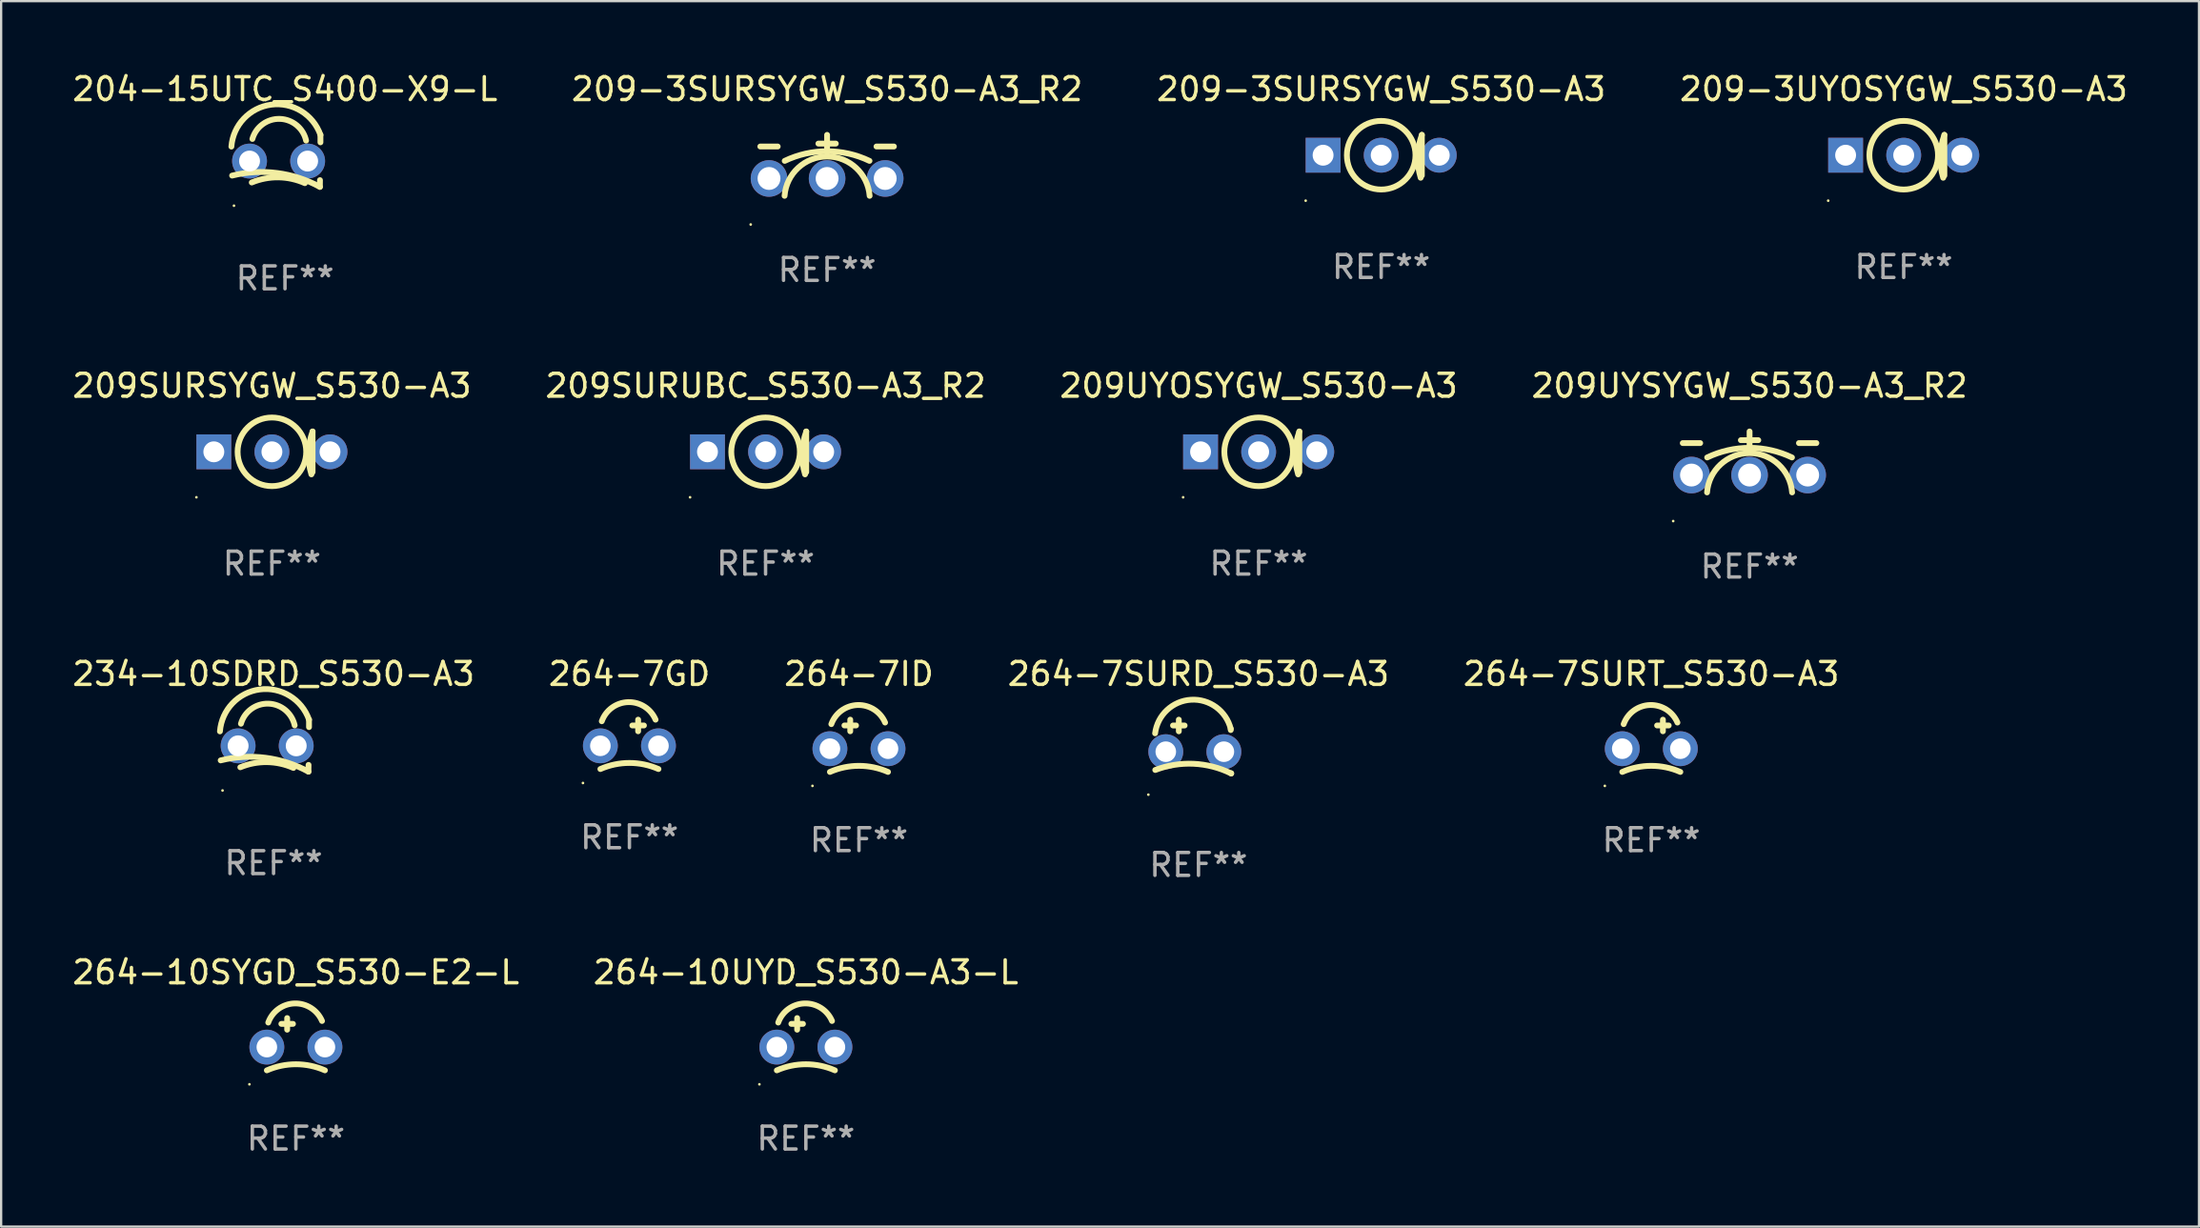
<source format=kicad_pcb>
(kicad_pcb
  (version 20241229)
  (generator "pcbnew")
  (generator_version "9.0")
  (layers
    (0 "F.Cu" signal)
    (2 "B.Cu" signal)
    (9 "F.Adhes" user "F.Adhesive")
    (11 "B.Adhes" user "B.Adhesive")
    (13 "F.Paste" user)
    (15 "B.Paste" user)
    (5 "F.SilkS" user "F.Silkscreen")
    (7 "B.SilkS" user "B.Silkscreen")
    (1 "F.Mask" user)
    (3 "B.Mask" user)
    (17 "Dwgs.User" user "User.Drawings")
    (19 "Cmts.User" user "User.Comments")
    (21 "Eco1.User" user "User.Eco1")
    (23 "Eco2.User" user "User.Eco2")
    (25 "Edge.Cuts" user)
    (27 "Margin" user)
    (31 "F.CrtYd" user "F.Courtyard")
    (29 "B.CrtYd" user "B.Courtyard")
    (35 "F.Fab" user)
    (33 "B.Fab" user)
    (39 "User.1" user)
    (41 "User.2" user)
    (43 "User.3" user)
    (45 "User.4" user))
  (footprint "264-7GD"
    (layer "F.Cu")
    (at 24.47 28.991)
    (property "Reference" "264-7GD" (at 0 -2.572 0) (layer "F.SilkS") (effects (font (size 1 1) (thickness 0.15))))
    (attr through_hole)
    (fp_line (start 0.127 -0.318) (end 0.635 -0.318) (stroke (width 0.254) (type solid)) (layer "F.SilkS"))
    (fp_line (start 0.381 -0.572) (end 0.381 -0.064) (stroke (width 0.254) (type solid)) (layer "F.SilkS"))
    (fp_arc (start -1.270003 1.587503) (mid 0 1.321302) (end 1.270002 1.587503) (stroke (width 0.254001) (type solid)) (layer "F.SilkS"))
    (fp_arc (start -1.208153 -0.502413) (mid -0.056118 -1.338152) (end 1.143002 -0.571501) (stroke (width 0.254001) (type solid)) (layer "F.SilkS"))
    (fp_circle (center -2.032 2.198) (end -2.002 2.198) (stroke (width 0.06) (type solid)) (fill no) (layer "F.SilkS"))
    (fp_text user "REF**" (at 0 4.572 0) (layer "F.Fab") (effects (font (size 1 1) (thickness 0.15))))
    (pad "1" thru_hole circle (at -1.27 0.572) (size 1.524 1.524) (drill 0.9) (layers "*.Cu" "*.Mask"))
    (pad "2" thru_hole circle (at 1.27 0.572) (size 1.524 1.524) (drill 0.9) (layers "*.Cu" "*.Mask")))
  (footprint "209UYSYGW_S530-A3_R2"
    (layer "F.Cu")
    (at 73.446 16.77)
    (property "Reference" "209UYSYGW_S530-A3_R2" (at 0 -2.953 0) (layer "F.SilkS") (effects (font (size 1 1) (thickness 0.15))))
    (attr through_hole)
    (fp_line (start -2.921 -0.445) (end -2.159 -0.445) (stroke (width 0.254) (type solid)) (layer "F.SilkS"))
    (fp_line (start -0.381 -0.572) (end 0.381 -0.572) (stroke (width 0.254) (type solid)) (layer "F.SilkS"))
    (fp_line (start 0 -0.191) (end 0 -0.953) (stroke (width 0.254) (type solid)) (layer "F.SilkS"))
    (fp_line (start 2.159 -0.445) (end 2.921 -0.445) (stroke (width 0.254) (type solid)) (layer "F.SilkS"))
    (fp_arc (start -1.85936 1.712217) (mid 0 -0.006843) (end 1.85936 1.712217) (stroke (width 0.254001) (type solid)) (layer "F.SilkS"))
    (fp_arc (start -1.853747 0.183719) (mid -0.000001 -0.237587) (end 1.853746 0.183718) (stroke (width 0.254001) (type solid)) (layer "F.SilkS"))
    (fp_circle (center -3.34 2.966) (end -3.31 2.966) (stroke (width 0.06) (type solid)) (fill no) (layer "F.SilkS"))
    (fp_text user "REF**" (at 0 4.953 0) (layer "F.Fab") (effects (font (size 1 1) (thickness 0.15))))
    (pad "1" thru_hole circle (at -2.54 0.953) (size 1.6 1.6) (drill 1) (layers "*.Cu" "*.Mask"))
    (pad "2" thru_hole circle (at 0 0.953) (size 1.6 1.6) (drill 1) (layers "*.Cu" "*.Mask"))
    (pad "3" thru_hole circle (at 2.54 0.953) (size 1.6 1.6) (drill 1) (layers "*.Cu" "*.Mask")))
  (footprint "264-7ID"
    (layer "F.Cu")
    (at 34.506 29.054)
    (property "Reference" "264-7ID" (at 0 -2.635 0) (layer "F.SilkS") (effects (font (size 1 1) (thickness 0.15))))
    (attr through_hole)
    (fp_line (start -0.635 -0.381) (end -0.127 -0.381) (stroke (width 0.254) (type solid)) (layer "F.SilkS"))
    (fp_line (start -0.381 -0.635) (end -0.381 -0.127) (stroke (width 0.254) (type solid)) (layer "F.SilkS"))
    (fp_arc (start -1.270003 1.651003) (mid 0 1.384802) (end 1.270002 1.651003) (stroke (width 0.254001) (type solid)) (layer "F.SilkS"))
    (fp_arc (start -1.208153 -0.438913) (mid -0.056118 -1.274652) (end 1.143002 -0.508001) (stroke (width 0.254001) (type solid)) (layer "F.SilkS"))
    (fp_circle (center -2.032 2.261) (end -2.002 2.261) (stroke (width 0.06) (type solid)) (fill no) (layer "F.SilkS"))
    (fp_text user "REF**" (at 0 4.635 0) (layer "F.Fab") (effects (font (size 1 1) (thickness 0.15))))
    (pad "1" thru_hole circle (at -1.27 0.635) (size 1.524 1.524) (drill 0.9) (layers "*.Cu" "*.Mask"))
    (pad "2" thru_hole circle (at 1.27 0.635) (size 1.524 1.524) (drill 0.9) (layers "*.Cu" "*.Mask")))
  (footprint "209-3UYOSYGW_S530-A3"
    (layer "F.Cu")
    (at 80.185 3.737)
    (property "Reference" "209-3UYOSYGW_S530-A3" (at 0 -2.889 0) (layer "F.SilkS") (effects (font (size 1 1) (thickness 0.15))))
    (attr through_hole)
    (fp_line (start 1.778 -0.889) (end 1.778 0.889) (stroke (width 0.254) (type solid)) (layer "F.SilkS"))
    (fp_arc (start 1.725959 0.986258) (mid 1.600249 0.044417) (end 1.778004 -0.889002) (stroke (width 0.254001) (type solid)) (layer "F.SilkS"))
    (fp_circle (center -3.302 1.988) (end -3.272 1.988) (stroke (width 0.06) (type solid)) (fill no) (layer "F.SilkS"))
    (fp_circle (center 0 0) (end 1.5 0) (stroke (width 0.254) (type solid)) (fill no) (layer "F.SilkS"))
    (fp_text user "REF**" (at 0 4.889 0) (layer "F.Fab") (effects (font (size 1 1) (thickness 0.15))))
    (pad "1" thru_hole rect (at -2.54 0) (size 1.524 1.524) (drill 0.914) (layers "*.Cu" "*.Mask"))
    (pad "2" thru_hole circle (at 0 0) (size 1.524 1.524) (drill 0.914) (layers "*.Cu" "*.Mask"))
    (pad "3" thru_hole circle (at 2.54 0) (size 1.524 1.524) (drill 0.914) (layers "*.Cu" "*.Mask")))
  (footprint "209-3SURSYGW_S530-A3_R2"
    (layer "F.Cu")
    (at 33.113 3.801)
    (property "Reference" "209-3SURSYGW_S530-A3_R2" (at 0 -2.953 0) (layer "F.SilkS") (effects (font (size 1 1) (thickness 0.15))))
    (attr through_hole)
    (fp_line (start -2.921 -0.445) (end -2.159 -0.445) (stroke (width 0.254) (type solid)) (layer "F.SilkS"))
    (fp_line (start -0.381 -0.572) (end 0.381 -0.572) (stroke (width 0.254) (type solid)) (layer "F.SilkS"))
    (fp_line (start 0 -0.191) (end 0 -0.953) (stroke (width 0.254) (type solid)) (layer "F.SilkS"))
    (fp_line (start 2.159 -0.445) (end 2.921 -0.445) (stroke (width 0.254) (type solid)) (layer "F.SilkS"))
    (fp_arc (start -1.85936 1.712217) (mid 0 -0.006843) (end 1.85936 1.712217) (stroke (width 0.254001) (type solid)) (layer "F.SilkS"))
    (fp_arc (start -1.853747 0.183719) (mid -0.000001 -0.237587) (end 1.853746 0.183718) (stroke (width 0.254001) (type solid)) (layer "F.SilkS"))
    (fp_circle (center -3.34 2.966) (end -3.31 2.966) (stroke (width 0.06) (type solid)) (fill no) (layer "F.SilkS"))
    (fp_text user "REF**" (at 0 4.953 0) (layer "F.Fab") (effects (font (size 1 1) (thickness 0.15))))
    (pad "1" thru_hole circle (at -2.54 0.953) (size 1.6 1.6) (drill 1) (layers "*.Cu" "*.Mask"))
    (pad "2" thru_hole circle (at 0 0.953) (size 1.6 1.6) (drill 1) (layers "*.Cu" "*.Mask"))
    (pad "3" thru_hole circle (at 2.54 0.953) (size 1.6 1.6) (drill 1) (layers "*.Cu" "*.Mask")))
  (footprint "209-3SURSYGW_S530-A3"
    (layer "F.Cu")
    (at 57.339 3.737)
    (property "Reference" "209-3SURSYGW_S530-A3" (at 0 -2.889 0) (layer "F.SilkS") (effects (font (size 1 1) (thickness 0.15))))
    (attr through_hole)
    (fp_line (start 1.778 -0.889) (end 1.778 0.889) (stroke (width 0.254) (type solid)) (layer "F.SilkS"))
    (fp_arc (start 1.725959 0.986258) (mid 1.600249 0.044417) (end 1.778004 -0.889002) (stroke (width 0.254001) (type solid)) (layer "F.SilkS"))
    (fp_circle (center -3.302 1.988) (end -3.272 1.988) (stroke (width 0.06) (type solid)) (fill no) (layer "F.SilkS"))
    (fp_circle (center 0 0) (end 1.5 0) (stroke (width 0.254) (type solid)) (fill no) (layer "F.SilkS"))
    (fp_text user "REF**" (at 0 4.889 0) (layer "F.Fab") (effects (font (size 1 1) (thickness 0.15))))
    (pad "1" thru_hole rect (at -2.54 0) (size 1.524 1.524) (drill 0.914) (layers "*.Cu" "*.Mask"))
    (pad "2" thru_hole circle (at 0 0) (size 1.524 1.524) (drill 0.914) (layers "*.Cu" "*.Mask"))
    (pad "3" thru_hole circle (at 2.54 0) (size 1.524 1.524) (drill 0.914) (layers "*.Cu" "*.Mask")))
  (footprint "204-15UTC_S400-X9-L"
    (layer "F.Cu")
    (at 9.411 3.985)
    (property "Reference" "204-15UTC_S400-X9-L" (at 0 -3.137 0) (layer "F.SilkS") (effects (font (size 1 1) (thickness 0.15))))
    (attr through_hole)
    (fp_line (start 1.529 0.842) (end 1.525 1.137) (stroke (width 0.254) (type solid)) (layer "F.SilkS"))
    (fp_line (start 1.55 -1.137) (end 1.55 -0.811) (stroke (width 0.254) (type solid)) (layer "F.SilkS"))
    (fp_arc (start -2.344336 -0.624664) (mid -0.604362 -2.457931) (end 1.550229 -1.136525) (stroke (width 0.254001) (type solid)) (layer "F.SilkS"))
    (fp_arc (start -2.31223 0.643358) (mid -0.347208 0.529557) (end 1.525184 1.136526) (stroke (width 0.254001) (type solid)) (layer "F.SilkS"))
    (fp_arc (start -1.45348 0.944425) (mid -0.289454 0.72139) (end 0.868415 0.974448) (stroke (width 0.254001) (type solid)) (layer "F.SilkS"))
    (fp_arc (start -1.426174 -0.958548) (mid -0.223791 -1.836179) (end 0.922695 -0.88669) (stroke (width 0.254001) (type solid)) (layer "F.SilkS"))
    (fp_circle (center -2.231 1.96) (end -2.201 1.96) (stroke (width 0.06) (type solid)) (fill no) (layer "F.SilkS"))
    (fp_text user "REF**" (at 0 5.137 0) (layer "F.Fab") (effects (font (size 1 1) (thickness 0.15))))
    (pad "1" thru_hole circle (at -1.55 0.008) (size 1.524 1.524) (drill 0.914) (layers "*.Cu" "*.Mask"))
    (pad "2" thru_hole circle (at 0.99 0.008) (size 1.524 1.524) (drill 0.914) (layers "*.Cu" "*.Mask")))
  (footprint "264-10UYD_S530-A3-L"
    (layer "F.Cu")
    (at 32.185 42.103)
    (property "Reference" "264-10UYD_S530-A3-L" (at 0 -2.635 0) (layer "F.SilkS") (effects (font (size 1 1) (thickness 0.15))))
    (attr through_hole)
    (fp_line (start -0.635 -0.381) (end -0.127 -0.381) (stroke (width 0.254) (type solid)) (layer "F.SilkS"))
    (fp_line (start -0.381 -0.635) (end -0.381 -0.127) (stroke (width 0.254) (type solid)) (layer "F.SilkS"))
    (fp_arc (start -1.270003 1.651003) (mid 0 1.384802) (end 1.270002 1.651003) (stroke (width 0.254001) (type solid)) (layer "F.SilkS"))
    (fp_arc (start -1.208153 -0.438913) (mid -0.056118 -1.274652) (end 1.143002 -0.508001) (stroke (width 0.254001) (type solid)) (layer "F.SilkS"))
    (fp_circle (center -2.032 2.261) (end -2.002 2.261) (stroke (width 0.06) (type solid)) (fill no) (layer "F.SilkS"))
    (fp_text user "REF**" (at 0 4.635 0) (layer "F.Fab") (effects (font (size 1 1) (thickness 0.15))))
    (pad "1" thru_hole circle (at -1.27 0.635) (size 1.524 1.524) (drill 0.9) (layers "*.Cu" "*.Mask"))
    (pad "2" thru_hole circle (at 1.27 0.635) (size 1.524 1.524) (drill 0.9) (layers "*.Cu" "*.Mask")))
  (footprint "264-10SYGD_S530-E2-L"
    (layer "F.Cu")
    (at 9.887 42.103)
    (property "Reference" "264-10SYGD_S530-E2-L" (at 0 -2.635 0) (layer "F.SilkS") (effects (font (size 1 1) (thickness 0.15))))
    (attr through_hole)
    (fp_line (start -0.635 -0.381) (end -0.127 -0.381) (stroke (width 0.254) (type solid)) (layer "F.SilkS"))
    (fp_line (start -0.381 -0.635) (end -0.381 -0.127) (stroke (width 0.254) (type solid)) (layer "F.SilkS"))
    (fp_arc (start -1.270003 1.651003) (mid 0 1.384802) (end 1.270002 1.651003) (stroke (width 0.254001) (type solid)) (layer "F.SilkS"))
    (fp_arc (start -1.208153 -0.438913) (mid -0.056118 -1.274652) (end 1.143002 -0.508001) (stroke (width 0.254001) (type solid)) (layer "F.SilkS"))
    (fp_circle (center -2.032 2.261) (end -2.002 2.261) (stroke (width 0.06) (type solid)) (fill no) (layer "F.SilkS"))
    (fp_text user "REF**" (at 0 4.635 0) (layer "F.Fab") (effects (font (size 1 1) (thickness 0.15))))
    (pad "1" thru_hole circle (at -1.27 0.635) (size 1.524 1.524) (drill 0.9) (layers "*.Cu" "*.Mask"))
    (pad "2" thru_hole circle (at 1.27 0.635) (size 1.524 1.524) (drill 0.9) (layers "*.Cu" "*.Mask")))
  (footprint "234-10SDRD_S530-A3"
    (layer "F.Cu")
    (at 8.911 29.556)
    (property "Reference" "234-10SDRD_S530-A3" (at 0 -3.137 0) (layer "F.SilkS") (effects (font (size 1 1) (thickness 0.15))))
    (attr through_hole)
    (fp_line (start 1.529 0.842) (end 1.525 1.137) (stroke (width 0.254) (type solid)) (layer "F.SilkS"))
    (fp_line (start 1.55 -1.137) (end 1.55 -0.811) (stroke (width 0.254) (type solid)) (layer "F.SilkS"))
    (fp_arc (start -2.344336 -0.624664) (mid -0.604362 -2.457931) (end 1.550229 -1.136525) (stroke (width 0.254001) (type solid)) (layer "F.SilkS"))
    (fp_arc (start -2.31223 0.643358) (mid -0.347208 0.529557) (end 1.525184 1.136526) (stroke (width 0.254001) (type solid)) (layer "F.SilkS"))
    (fp_arc (start -1.45348 0.944425) (mid -0.289454 0.72139) (end 0.868415 0.974448) (stroke (width 0.254001) (type solid)) (layer "F.SilkS"))
    (fp_arc (start -1.426174 -0.958548) (mid -0.223791 -1.836179) (end 0.922695 -0.88669) (stroke (width 0.254001) (type solid)) (layer "F.SilkS"))
    (fp_circle (center -2.231 1.96) (end -2.201 1.96) (stroke (width 0.06) (type solid)) (fill no) (layer "F.SilkS"))
    (fp_text user "REF**" (at 0 5.137 0) (layer "F.Fab") (effects (font (size 1 1) (thickness 0.15))))
    (pad "1" thru_hole circle (at -1.55 0.008) (size 1.524 1.524) (drill 0.914) (layers "*.Cu" "*.Mask"))
    (pad "2" thru_hole circle (at 0.99 0.008) (size 1.524 1.524) (drill 0.914) (layers "*.Cu" "*.Mask")))
  (footprint "209UYOSYGW_S530-A3"
    (layer "F.Cu")
    (at 51.982 16.707)
    (property "Reference" "209UYOSYGW_S530-A3" (at 0 -2.889 0) (layer "F.SilkS") (effects (font (size 1 1) (thickness 0.15))))
    (attr through_hole)
    (fp_line (start 1.778 -0.889) (end 1.778 0.889) (stroke (width 0.254) (type solid)) (layer "F.SilkS"))
    (fp_arc (start 1.725959 0.986258) (mid 1.600249 0.044417) (end 1.778004 -0.889002) (stroke (width 0.254001) (type solid)) (layer "F.SilkS"))
    (fp_circle (center -3.302 1.988) (end -3.272 1.988) (stroke (width 0.06) (type solid)) (fill no) (layer "F.SilkS"))
    (fp_circle (center 0 0) (end 1.5 0) (stroke (width 0.254) (type solid)) (fill no) (layer "F.SilkS"))
    (fp_text user "REF**" (at 0 4.889 0) (layer "F.Fab") (effects (font (size 1 1) (thickness 0.15))))
    (pad "1" thru_hole rect (at -2.54 0) (size 1.524 1.524) (drill 0.914) (layers "*.Cu" "*.Mask"))
    (pad "2" thru_hole circle (at 0 0) (size 1.524 1.524) (drill 0.914) (layers "*.Cu" "*.Mask"))
    (pad "3" thru_hole circle (at 2.54 0) (size 1.524 1.524) (drill 0.914) (layers "*.Cu" "*.Mask")))
  (footprint "264-7SURD_S530-A3"
    (layer "F.Cu")
    (at 49.351 29.596)
    (property "Reference" "264-7SURD_S530-A3" (at 0 -3.176 0) (layer "F.SilkS") (effects (font (size 1 1) (thickness 0.15))))
    (attr through_hole)
    (fp_line (start -1.114 -0.922) (end -0.606 -0.922) (stroke (width 0.254) (type solid)) (layer "F.SilkS"))
    (fp_line (start -0.86 -1.176) (end -0.86 -0.668) (stroke (width 0.254) (type solid)) (layer "F.SilkS"))
    (fp_line (start 1.41 -0.776) (end 1.41 -0.723) (stroke (width 0.254) (type solid)) (layer "F.SilkS"))
    (fp_line (start 1.43 1.176) (end 1.43 1.164) (stroke (width 0.254) (type solid)) (layer "F.SilkS"))
    (fp_arc (start -1.896915 -0.579704) (mid -0.324751 -2.048067) (end 1.4103 -0.776302) (stroke (width 0.254001) (type solid)) (layer "F.SilkS"))
    (fp_arc (start -1.8897 1.023698) (mid -0.214006 0.752438) (end 1.429731 1.176302) (stroke (width 0.254001) (type solid)) (layer "F.SilkS"))
    (fp_circle (center -2.192 2.103) (end -2.162 2.103) (stroke (width 0.06) (type solid)) (fill no) (layer "F.SilkS"))
    (fp_text user "REF**" (at 0 5.176 0) (layer "F.Fab") (effects (font (size 1 1) (thickness 0.15))))
    (pad "1" thru_hole circle (at -1.43 0.224) (size 1.524 1.524) (drill 0.9) (layers "*.Cu" "*.Mask"))
    (pad "2" thru_hole circle (at 1.11 0.224) (size 1.524 1.524) (drill 0.9) (layers "*.Cu" "*.Mask")))
  (footprint "209SURSYGW_S530-A3"
    (layer "F.Cu")
    (at 8.839 16.707)
    (property "Reference" "209SURSYGW_S530-A3" (at 0 -2.889 0) (layer "F.SilkS") (effects (font (size 1 1) (thickness 0.15))))
    (attr through_hole)
    (fp_line (start 1.778 -0.889) (end 1.778 0.889) (stroke (width 0.254) (type solid)) (layer "F.SilkS"))
    (fp_arc (start 1.725959 0.986258) (mid 1.600249 0.044417) (end 1.778004 -0.889002) (stroke (width 0.254001) (type solid)) (layer "F.SilkS"))
    (fp_circle (center -3.302 1.988) (end -3.272 1.988) (stroke (width 0.06) (type solid)) (fill no) (layer "F.SilkS"))
    (fp_circle (center 0 0) (end 1.5 0) (stroke (width 0.254) (type solid)) (fill no) (layer "F.SilkS"))
    (fp_text user "REF**" (at 0 4.889 0) (layer "F.Fab") (effects (font (size 1 1) (thickness 0.15))))
    (pad "1" thru_hole rect (at -2.54 0) (size 1.524 1.524) (drill 0.914) (layers "*.Cu" "*.Mask"))
    (pad "2" thru_hole circle (at 0 0) (size 1.524 1.524) (drill 0.914) (layers "*.Cu" "*.Mask"))
    (pad "3" thru_hole circle (at 2.54 0) (size 1.524 1.524) (drill 0.914) (layers "*.Cu" "*.Mask")))
  (footprint "209SURUBC_S530-A3_R2"
    (layer "F.Cu")
    (at 30.423 16.707)
    (property "Reference" "209SURUBC_S530-A3_R2" (at 0 -2.889 0) (layer "F.SilkS") (effects (font (size 1 1) (thickness 0.15))))
    (attr through_hole)
    (fp_line (start 1.778 -0.889) (end 1.778 0.889) (stroke (width 0.254) (type solid)) (layer "F.SilkS"))
    (fp_arc (start 1.725959 0.986258) (mid 1.600249 0.044417) (end 1.778004 -0.889002) (stroke (width 0.254001) (type solid)) (layer "F.SilkS"))
    (fp_circle (center -3.302 1.988) (end -3.272 1.988) (stroke (width 0.06) (type solid)) (fill no) (layer "F.SilkS"))
    (fp_circle (center 0 0) (end 1.5 0) (stroke (width 0.254) (type solid)) (fill no) (layer "F.SilkS"))
    (fp_text user "REF**" (at 0 4.889 0) (layer "F.Fab") (effects (font (size 1 1) (thickness 0.15))))
    (pad "1" thru_hole rect (at -2.54 0) (size 1.524 1.524) (drill 0.914) (layers "*.Cu" "*.Mask"))
    (pad "2" thru_hole circle (at 0 0) (size 1.524 1.524) (drill 0.914) (layers "*.Cu" "*.Mask"))
    (pad "3" thru_hole circle (at 2.54 0) (size 1.524 1.524) (drill 0.914) (layers "*.Cu" "*.Mask")))
  (footprint "264-7SURT_S530-A3"
    (layer "F.Cu")
    (at 69.149 29.054)
    (property "Reference" "264-7SURT_S530-A3" (at 0 -2.635 0) (layer "F.SilkS") (effects (font (size 1 1) (thickness 0.15))))
    (attr through_hole)
    (fp_line (start 0.254 -0.381) (end 0.762 -0.381) (stroke (width 0.254) (type solid)) (layer "F.SilkS"))
    (fp_line (start 0.508 -0.635) (end 0.508 -0.127) (stroke (width 0.254) (type solid)) (layer "F.SilkS"))
    (fp_arc (start -1.270003 1.651003) (mid 0 1.384802) (end 1.270002 1.651003) (stroke (width 0.254001) (type solid)) (layer "F.SilkS"))
    (fp_arc (start -1.208153 -0.438913) (mid -0.056118 -1.274652) (end 1.143002 -0.508001) (stroke (width 0.254001) (type solid)) (layer "F.SilkS"))
    (fp_circle (center -2.032 2.261) (end -2.002 2.261) (stroke (width 0.06) (type solid)) (fill no) (layer "F.SilkS"))
    (fp_text user "REF**" (at 0 4.635 0) (layer "F.Fab") (effects (font (size 1 1) (thickness 0.15))))
    (pad "1" thru_hole circle (at -1.27 0.635) (size 1.524 1.524) (drill 0.9) (layers "*.Cu" "*.Mask"))
    (pad "2" thru_hole circle (at 1.27 0.635) (size 1.524 1.524) (drill 0.9) (layers "*.Cu" "*.Mask")))
  (gr_rect
    (start -3 -3)
    (end 93.095 50.587)
    (stroke (width 0.1) (type default))
    (fill no)
    (layer "Edge.Cuts")))
</source>
